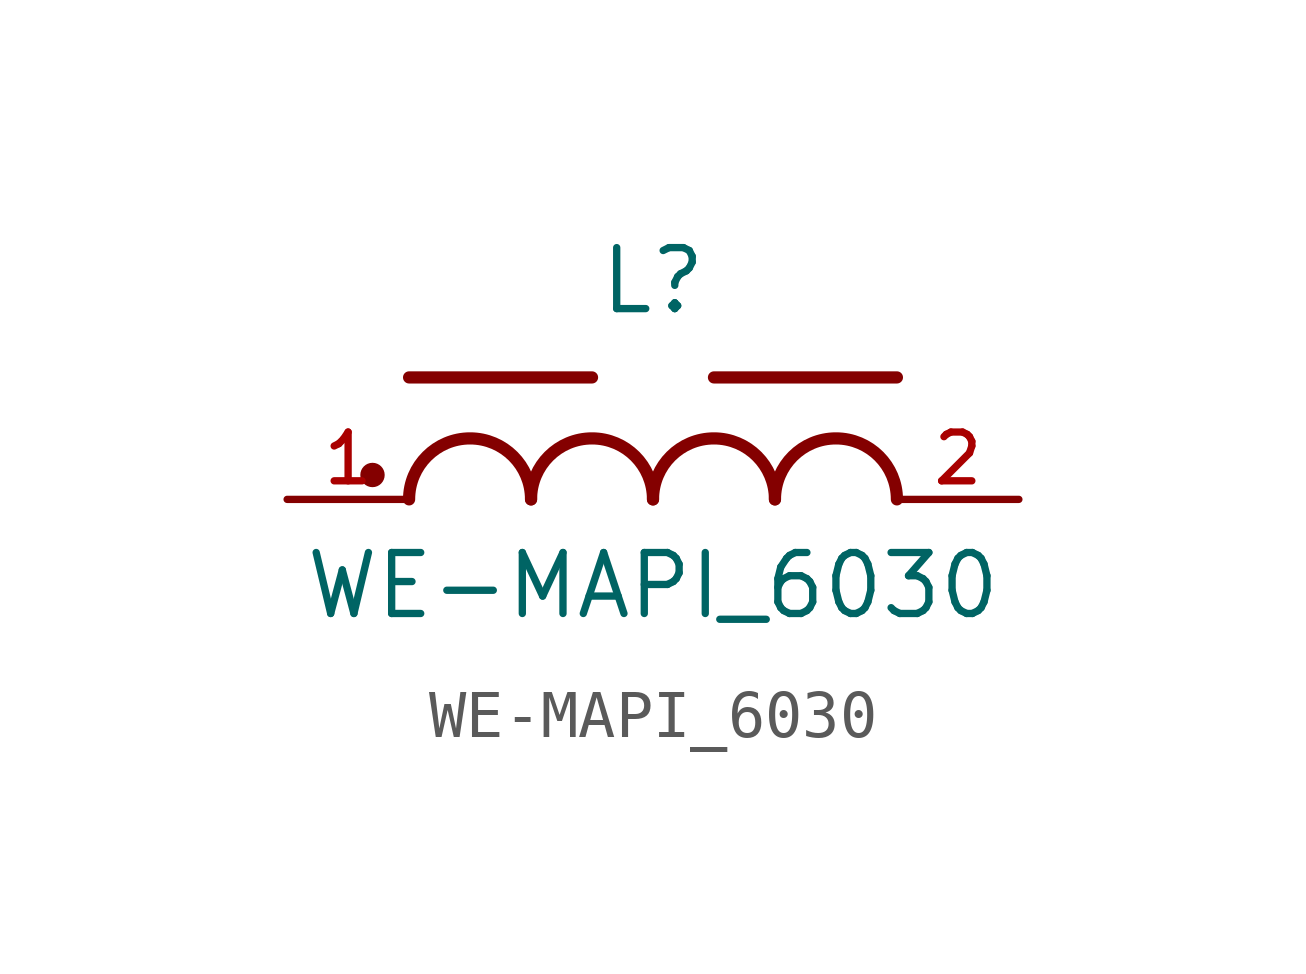
<source format=kicad_sym>
(kicad_symbol_lib
  (version 20211014)
  (generator kicad_symbol_editor)
  (symbol "WE-MAPI_6030"
    (pin_names
      (offset 1.016))
    (property "Reference" "L"
      (at 0.0 3.81 0)
      (effects (font (size 1.27 1.27)) (justify bottom)))
    (property "Value" "WE-MAPI_6030"
      (at 0.0 -2.54 0)
      (effects (font (size 1.27 1.27)) (justify bottom)))
    (symbol "WE-MAPI_6030_0_0"
      (arc (start -2.54 0.0) (mid -3.81 1.27) (end -5.08 0.0) (stroke (width 0.254) (type default) (color 0 0 0 0)) (fill (type none)))
      (arc (start 0.0 0.0) (mid -1.27 1.27) (end -2.54 0.0) (stroke (width 0.254) (type default) (color 0 0 0 0)) (fill (type none)))
      (arc (start 2.54 0.0) (mid 1.27 1.27) (end 0.0 0.0) (stroke (width 0.254) (type default) (color 0 0 0 0)) (fill (type none)))
      (arc (start 5.08 0.0) (mid 3.81 1.27) (end 2.54 0.0) (stroke (width 0.254) (type default) (color 0 0 0 0)) (fill (type none)))
      (polyline (pts (xy -5.08 2.54) (xy -1.27 2.54)) (stroke (width 0.254)))
      (polyline (pts (xy 1.27 2.54) (xy 5.08 2.54)) (stroke (width 0.254)))
      (circle (center -5.842 0.508) (radius 0.127) (stroke (width 0.254)) (fill (type none)))
      (pin passive line (at -7.62 0.0 0) (length 2.54) (name "~" (effects (font (size 1.016 1.016)))) (number "1" (effects (font (size 1.016 1.016)))))
      (pin passive line (at 7.62 0.0 180.0) (length 2.54) (name "~" (effects (font (size 1.016 1.016)))) (number "2" (effects (font (size 1.016 1.016))))))))
</source>
